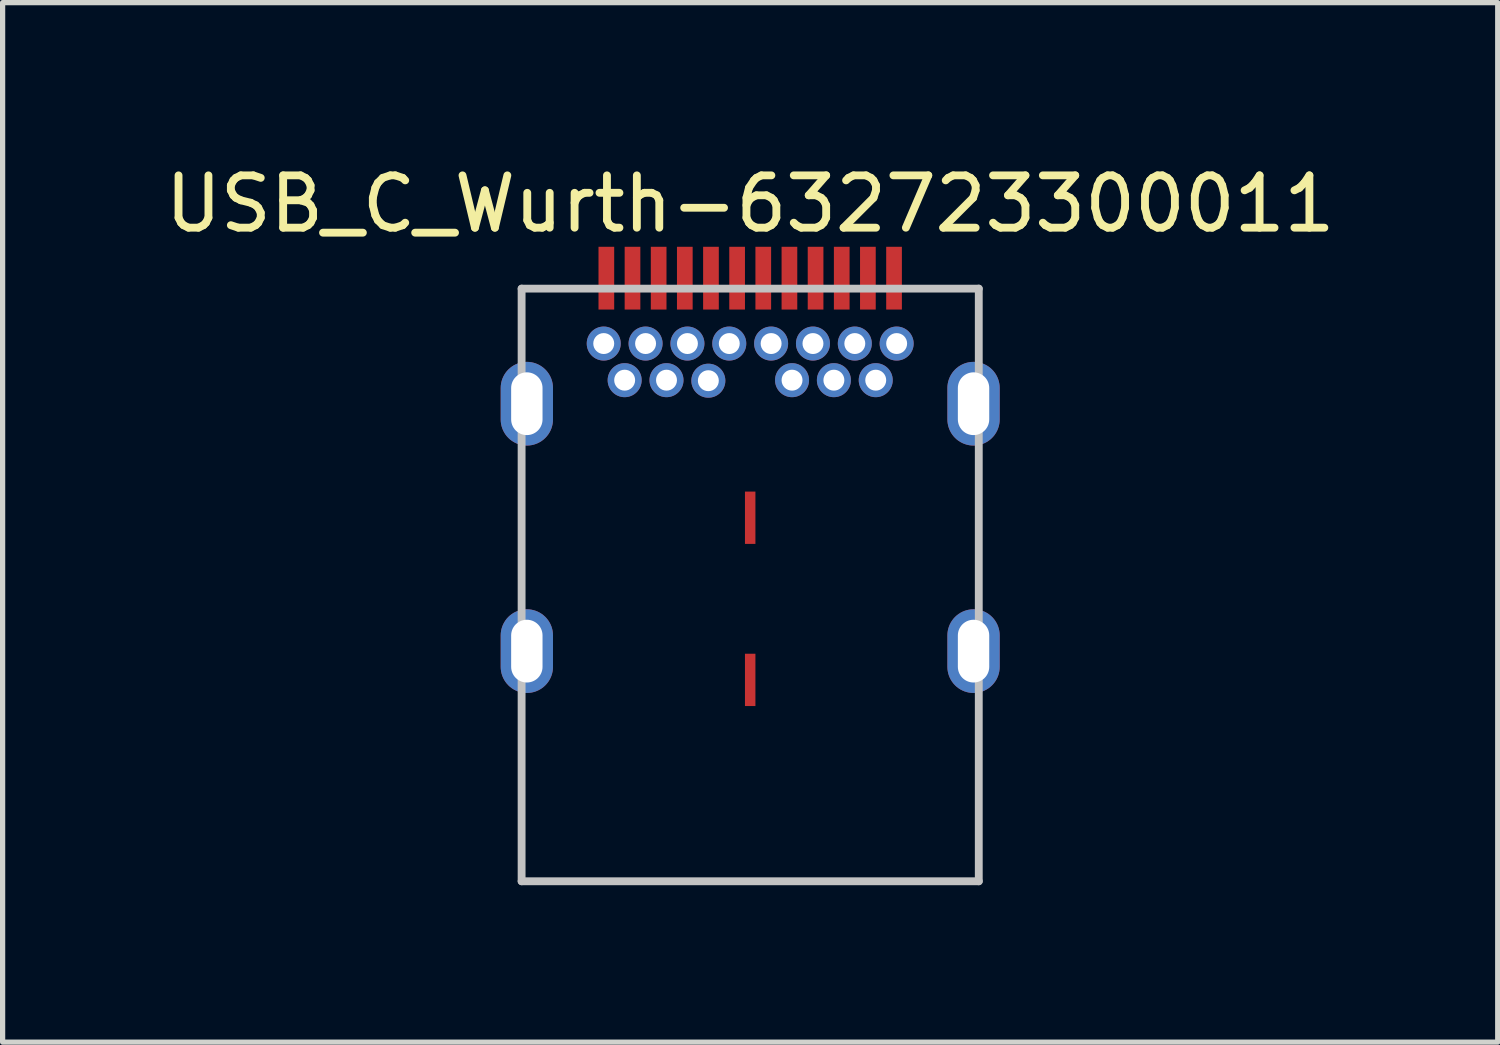
<source format=kicad_pcb>
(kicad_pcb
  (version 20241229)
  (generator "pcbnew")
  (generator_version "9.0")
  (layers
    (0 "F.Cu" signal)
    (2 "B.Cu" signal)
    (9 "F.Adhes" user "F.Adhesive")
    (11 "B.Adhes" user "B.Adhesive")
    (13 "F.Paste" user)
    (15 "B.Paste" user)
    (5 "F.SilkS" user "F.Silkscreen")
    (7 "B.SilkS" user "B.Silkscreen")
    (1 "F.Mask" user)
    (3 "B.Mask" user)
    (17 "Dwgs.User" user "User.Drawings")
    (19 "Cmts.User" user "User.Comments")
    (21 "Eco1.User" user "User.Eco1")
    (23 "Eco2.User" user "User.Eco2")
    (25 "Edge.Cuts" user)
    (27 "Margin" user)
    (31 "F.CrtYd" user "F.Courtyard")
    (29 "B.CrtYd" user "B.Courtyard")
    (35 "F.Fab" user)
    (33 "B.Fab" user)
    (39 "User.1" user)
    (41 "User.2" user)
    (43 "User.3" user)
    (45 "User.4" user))
  (footprint "USB_C_Wurth-632723300011"
    (layer "F.Cu")
    (at 11.292 12.848)
    (property "Reference" "USB_C_Wurth-632723300011" (at 0 -12 0) (layer "F.SilkS") (effects (font (size 1 1) (thickness 0.15))))
    (attr smd)
    (fp_line (start -4.37 -10.38) (end 4.37 -10.38) (stroke (width 0.15) (type solid)) (layer "Dwgs.User"))
    (fp_line (start -4.37 0.95) (end -4.37 -10.38) (stroke (width 0.15) (type solid)) (layer "Dwgs.User"))
    (fp_line (start -4.37 0.95) (end 4.37 0.95) (stroke (width 0.15) (type solid)) (layer "Dwgs.User"))
    (fp_line (start 4.37 0.95) (end 4.37 -10.38) (stroke (width 0.15) (type solid)) (layer "Dwgs.User"))
    (pad "1" smd rect (at -2.75 -10.58) (size 0.3 1.2) (layers "F.Cu" "F.Mask" "F.Paste"))
    (pad "2" smd rect (at -2.25 -10.58) (size 0.3 1.2) (layers "F.Cu" "F.Mask" "F.Paste"))
    (pad "3" smd rect (at -1.75 -10.58) (size 0.3 1.2) (layers "F.Cu" "F.Mask" "F.Paste"))
    (pad "4" smd rect (at -1.25 -10.58) (size 0.3 1.2) (layers "F.Cu" "F.Mask" "F.Paste"))
    (pad "5" smd rect (at -0.75 -10.58) (size 0.3 1.2) (layers "F.Cu" "F.Mask" "F.Paste"))
    (pad "6" smd rect (at -0.25 -10.58) (size 0.3 1.2) (layers "F.Cu" "F.Mask" "F.Paste"))
    (pad "7" smd rect (at 0.25 -10.58) (size 0.3 1.2) (layers "F.Cu" "F.Mask" "F.Paste"))
    (pad "8" smd rect (at 0.75 -10.58) (size 0.3 1.2) (layers "F.Cu" "F.Mask" "F.Paste"))
    (pad "9" smd rect (at 1.25 -10.58) (size 0.3 1.2) (layers "F.Cu" "F.Mask" "F.Paste"))
    (pad "10" smd rect (at 1.75 -10.58) (size 0.3 1.2) (layers "F.Cu" "F.Mask" "F.Paste"))
    (pad "11" smd rect (at 2.25 -10.58) (size 0.3 1.2) (layers "F.Cu" "F.Mask" "F.Paste"))
    (pad "12" smd rect (at 2.75 -10.58) (size 0.3 1.2) (layers "F.Cu" "F.Mask" "F.Paste"))
    (pad "13" thru_hole circle (at 2.8 -9.33) (size 0.65 0.65) (drill 0.4) (layers "*.Cu" "B.Mask"))
    (pad "14" thru_hole circle (at 2.4 -8.63) (size 0.65 0.65) (drill 0.4) (layers "*.Cu" "B.Mask"))
    (pad "15" thru_hole circle (at 1.6 -8.63) (size 0.65 0.65) (drill 0.4) (layers "*.Cu" "B.Mask"))
    (pad "16" thru_hole circle (at 1.2 -9.33) (size 0.65 0.65) (drill 0.4) (layers "*.Cu" "B.Mask"))
    (pad "17" thru_hole circle (at 0.8 -8.63) (size 0.65 0.65) (drill 0.4) (layers "*.Cu" "B.Mask"))
    (pad "18" thru_hole circle (at 0.4 -9.33) (size 0.65 0.65) (drill 0.4) (layers "*.Cu" "B.Mask"))
    (pad "19" thru_hole circle (at -0.4 -9.33) (size 0.65 0.65) (drill 0.4) (layers "*.Cu" "B.Mask"))
    (pad "20" thru_hole circle (at -0.8 -8.62) (size 0.65 0.65) (drill 0.4) (layers "*.Cu" "B.Mask"))
    (pad "21" thru_hole circle (at -1.2 -9.33) (size 0.65 0.65) (drill 0.4) (layers "*.Cu" "B.Mask"))
    (pad "22" thru_hole circle (at -1.6 -8.63) (size 0.65 0.65) (drill 0.4) (layers "*.Cu" "B.Mask"))
    (pad "23" thru_hole circle (at -2.4 -8.63) (size 0.65 0.65) (drill 0.4) (layers "*.Cu" "B.Mask"))
    (pad "24" thru_hole circle (at -2.8 -9.33) (size 0.65 0.65) (drill 0.4) (layers "*.Cu" "B.Mask"))
    (pad "25" thru_hole circle (at -2 -9.33) (size 0.65 0.65) (drill 0.4) (layers "*.Cu" "B.Mask"))
    (pad "25" thru_hole circle (at 2 -9.33) (size 0.65 0.65) (drill 0.4) (layers "*.Cu" "B.Mask"))
    (pad "26" thru_hole oval (at -4.27 -8.18) (size 1 1.6) (drill oval 0.6 1.2) (layers "*.Cu" "B.Mask"))
    (pad "26" thru_hole oval (at -4.27 -3.45) (size 1 1.6) (drill oval 0.6 1.2) (layers "*.Cu" "B.Mask"))
    (pad "26" thru_hole oval (at 4.27 -8.18) (size 1 1.6) (drill oval 0.6 1.2) (layers "*.Cu" "B.Mask"))
    (pad "26" thru_hole oval (at 4.27 -3.45) (size 1 1.6) (drill oval 0.6 1.2) (layers "*.Cu" "B.Mask"))
    (pad "27" smd rect (at 0 -6) (size 0.2 1) (layers "F.Cu" "F.Mask" "F.Paste"))
    (pad "27" smd rect (at 0 -2.9) (size 0.2 1) (layers "F.Cu" "F.Mask" "F.Paste")))
  (gr_rect
    (start -3 -3)
    (end 25.583 16.873)
    (stroke (width 0.1) (type default))
    (fill no)
    (layer "Edge.Cuts")))
</source>
